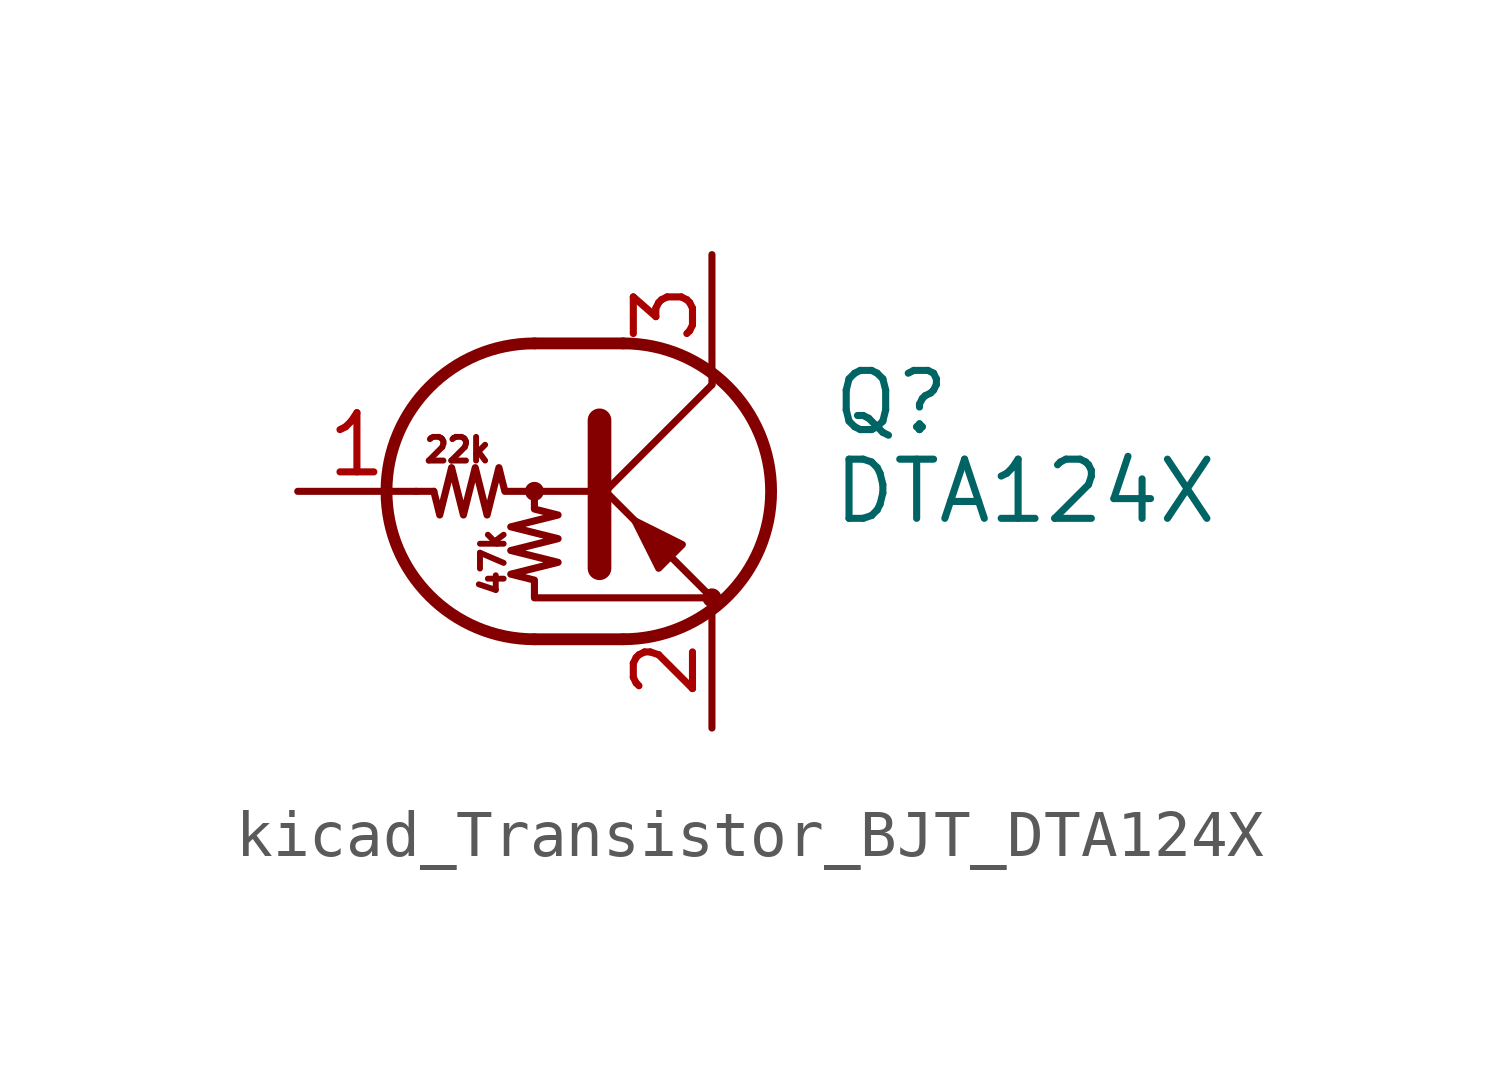
<source format=kicad_sym>
(kicad_symbol_lib
  (version 20220914)
  (generator kicad_symbol_editor)
  (symbol "kicad_Transistor_BJT_DTA124X"
    (pin_names
      (offset 0) hide)
    (property "Reference" "Q"
      (at 5.08 1.905 0)
      (effects (font (size 1.27 1.27)) (justify left)))
    (property "Value" "DTA124X"
      (at 5.08 0 0)
      (effects (font (size 1.27 1.27)) (justify left)))
    (symbol "kicad_Transistor_BJT_DTA124X_0_0"
      (text "22k" (at -2.921 0.889 0) (effects (font (size 0.508 0.508))))
      (text "47k" (at -2.159 -1.524 900) (effects (font (size 0.508 0.508)))))
    (symbol "kicad_Transistor_BJT_DTA124X_0_1"
      (circle (center -1.27 0) (radius 0.127) (stroke (width 0) (type default)) (fill (type none)))
      (arc (start -1.27 3.175) (mid -4.4312 0) (end -1.27 -3.175) (stroke (width 0.254) (type default)) (fill (type none)))
      (polyline (pts (xy -3.429 0) (xy -3.81 0)) (stroke (width 0) (type default)) (fill (type none)))
      (polyline (pts (xy -1.27 -3.175) (xy 0.635 -3.175)) (stroke (width 0.254) (type default)) (fill (type none)))
      (polyline (pts (xy -1.27 3.175) (xy 0.635 3.175)) (stroke (width 0.254) (type default)) (fill (type none)))
      (polyline (pts (xy 0 -0.254) (xy 2.54 2.286)) (stroke (width 0) (type default)) (fill (type none)))
      (polyline (pts (xy 0.127 1.524) (xy 0.127 -1.651)) (stroke (width 0.508) (type default)) (fill (type outline)))
      (polyline (pts (xy 2.54 2.286) (xy 2.54 2.54)) (stroke (width 0) (type default)) (fill (type none)))
      (polyline (pts (xy 2.54 -2.286) (xy 0 0.254) (xy 0 0.254)) (stroke (width 0) (type default)) (fill (type none)))
      (polyline (pts (xy 1.397 -1.651) (xy 1.905 -1.143) (xy 0.889 -0.635) (xy 1.397 -1.651)) (stroke (width 0) (type default)) (fill (type outline)))
      (polyline (pts (xy 0 0) (xy -1.905 0) (xy -2.032 0.508) (xy -2.286 -0.508) (xy -2.54 0.508) (xy -2.794 -0.508) (xy -3.048 0.508) (xy -3.302 -0.508) (xy -3.429 0)) (stroke (width 0) (type default)) (fill (type none)))
      (polyline (pts (xy -1.27 0) (xy -1.27 -0.381) (xy -0.762 -0.508) (xy -1.778 -0.762) (xy -0.762 -1.016) (xy -1.778 -1.27) (xy -0.762 -1.524) (xy -1.778 -1.778) (xy -1.27 -1.905) (xy -1.27 -2.286) (xy 2.54 -2.286)) (stroke (width 0) (type default)) (fill (type none)))
      (arc (start 0.635 -3.175) (mid 3.7962 0) (end 0.635 3.175) (stroke (width 0.254) (type default)) (fill (type none)))
      (circle (center 2.54 -2.286) (radius 0.127) (stroke (width 0) (type default)) (fill (type none))))
    (symbol "kicad_Transistor_BJT_DTA124X_1_1"
      (pin input line (at -6.35 0 0) (length 2.54) (name "B" (effects (font (size 1.27 1.27)))) (number "1" (effects (font (size 1.27 1.27)))))
      (pin passive line (at 2.54 -5.08 90) (length 2.54) (name "E" (effects (font (size 1.27 1.27)))) (number "2" (effects (font (size 1.27 1.27)))))
      (pin passive line (at 2.54 5.08 270) (length 2.54) (name "C" (effects (font (size 1.27 1.27)))) (number "3" (effects (font (size 1.27 1.27))))))))
</source>
